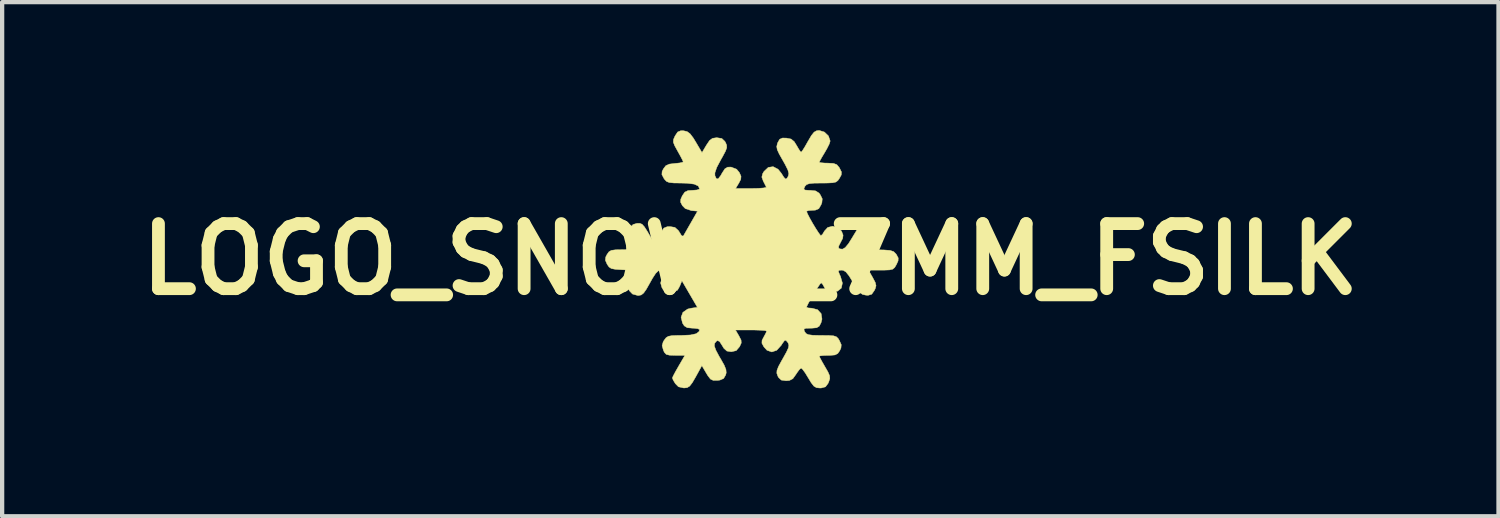
<source format=kicad_pcb>
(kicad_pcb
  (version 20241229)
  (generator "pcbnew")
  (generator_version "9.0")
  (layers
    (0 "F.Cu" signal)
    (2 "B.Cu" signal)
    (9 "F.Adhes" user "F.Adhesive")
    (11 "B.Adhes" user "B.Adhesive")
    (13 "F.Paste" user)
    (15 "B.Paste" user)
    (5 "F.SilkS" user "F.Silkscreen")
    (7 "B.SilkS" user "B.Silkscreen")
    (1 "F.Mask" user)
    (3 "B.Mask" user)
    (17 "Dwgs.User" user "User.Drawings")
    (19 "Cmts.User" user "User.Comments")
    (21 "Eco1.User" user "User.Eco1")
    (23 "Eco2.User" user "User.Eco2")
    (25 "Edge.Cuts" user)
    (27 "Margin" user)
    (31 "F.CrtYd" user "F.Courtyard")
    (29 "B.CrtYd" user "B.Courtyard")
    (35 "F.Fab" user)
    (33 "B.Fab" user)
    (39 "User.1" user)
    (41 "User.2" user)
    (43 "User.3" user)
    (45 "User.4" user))
  (footprint "LOGO_SNOW1_7MM_FSILK"
    (layer "F.Cu")
    (at 14.522 3.021)
    (property "Reference" "LOGO_SNOW1_7MM_FSILK" (at 0 0 0) (layer "F.SilkS") (effects (font (size 1.524 1.524) (thickness 0.3))))
    (attr through_hole)
    (fp_poly (pts (xy 1.734 -2.979) (xy 1.829 -2.888) (xy 1.869 -2.771) (xy 1.869 -2.767) (xy 1.848 -2.699) (xy 1.793 -2.589) (xy 1.741 -2.499) (xy 1.672 -2.384) (xy 1.626 -2.3) (xy 1.614 -2.272) (xy 1.652 -2.26) (xy 1.749 -2.252) (xy 1.817 -2.251) (xy 1.948 -2.244) (xy 2.025 -2.215) (xy 2.08 -2.15) (xy 2.09 -2.133) (xy 2.134 -2.044) (xy 2.13 -1.975) (xy 2.089 -1.9) (xy 2.05 -1.843) (xy 2.003 -1.808) (xy 1.928 -1.791) (xy 1.804 -1.785) (xy 1.669 -1.784) (xy 1.493 -1.782) (xy 1.383 -1.771) (xy 1.319 -1.75) (xy 1.282 -1.712) (xy 1.274 -1.699) (xy 1.253 -1.645) (xy 1.278 -1.621) (xy 1.368 -1.614) (xy 1.399 -1.614) (xy 1.526 -1.601) (xy 1.607 -1.551) (xy 1.639 -1.508) (xy 1.684 -1.416) (xy 1.676 -1.326) (xy 1.656 -1.274) (xy 1.603 -1.184) (xy 1.523 -1.15) (xy 1.46 -1.147) (xy 1.364 -1.14) (xy 1.317 -1.124) (xy 1.317 -1.122) (xy 1.337 -1.068) (xy 1.388 -0.968) (xy 1.457 -0.845) (xy 1.532 -0.721) (xy 1.598 -0.619) (xy 1.644 -0.559) (xy 1.653 -0.552) (xy 1.692 -0.586) (xy 1.734 -0.658) (xy 1.812 -0.744) (xy 1.924 -0.773) (xy 2.04 -0.746) (xy 2.13 -0.665) (xy 2.138 -0.651) (xy 2.172 -0.565) (xy 2.163 -0.49) (xy 2.117 -0.401) (xy 2.069 -0.307) (xy 2.069 -0.259) (xy 2.095 -0.243) (xy 2.158 -0.236) (xy 2.222 -0.273) (xy 2.298 -0.364) (xy 2.396 -0.521) (xy 2.418 -0.558) (xy 2.505 -0.701) (xy 2.571 -0.783) (xy 2.632 -0.82) (xy 2.695 -0.828) (xy 2.826 -0.788) (xy 2.898 -0.718) (xy 2.948 -0.644) (xy 2.956 -0.587) (xy 2.92 -0.511) (xy 2.892 -0.463) (xy 2.823 -0.328) (xy 2.807 -0.243) (xy 2.847 -0.215) (xy 2.856 -0.216) (xy 2.927 -0.219) (xy 3.049 -0.219) (xy 3.132 -0.217) (xy 3.272 -0.207) (xy 3.357 -0.178) (xy 3.415 -0.119) (xy 3.421 -0.109) (xy 3.463 -0.031) (xy 3.46 0.038) (xy 3.421 0.124) (xy 3.381 0.193) (xy 3.335 0.232) (xy 3.259 0.25) (xy 3.131 0.255) (xy 3.06 0.255) (xy 2.766 0.255) (xy 2.867 0.432) (xy 2.926 0.545) (xy 2.944 0.62) (xy 2.924 0.691) (xy 2.904 0.732) (xy 2.843 0.819) (xy 2.761 0.844) (xy 2.706 0.841) (xy 2.63 0.825) (xy 2.567 0.783) (xy 2.5 0.698) (xy 2.413 0.554) (xy 2.406 0.542) (xy 2.312 0.389) (xy 2.24 0.299) (xy 2.178 0.26) (xy 2.14 0.255) (xy 2.077 0.259) (xy 2.062 0.286) (xy 2.09 0.358) (xy 2.111 0.402) (xy 2.156 0.558) (xy 2.131 0.676) (xy 2.042 0.747) (xy 1.933 0.765) (xy 1.818 0.75) (xy 1.753 0.695) (xy 1.734 0.658) (xy 1.69 0.581) (xy 1.659 0.552) (xy 1.628 0.586) (xy 1.57 0.672) (xy 1.497 0.789) (xy 1.423 0.914) (xy 1.36 1.027) (xy 1.322 1.105) (xy 1.317 1.124) (xy 1.354 1.14) (xy 1.443 1.147) (xy 1.443 1.147) (xy 1.575 1.182) (xy 1.658 1.273) (xy 1.678 1.402) (xy 1.656 1.487) (xy 1.614 1.567) (xy 1.553 1.604) (xy 1.445 1.614) (xy 1.416 1.614) (xy 1.302 1.617) (xy 1.257 1.634) (xy 1.262 1.674) (xy 1.274 1.699) (xy 1.307 1.742) (xy 1.362 1.767) (xy 1.459 1.78) (xy 1.617 1.784) (xy 1.669 1.784) (xy 1.841 1.786) (xy 1.949 1.794) (xy 2.014 1.815) (xy 2.056 1.855) (xy 2.086 1.905) (xy 2.129 2.001) (xy 2.122 2.08) (xy 2.095 2.138) (xy 2.048 2.207) (xy 1.983 2.241) (xy 1.87 2.251) (xy 1.825 2.251) (xy 1.704 2.255) (xy 1.628 2.264) (xy 1.614 2.271) (xy 1.634 2.315) (xy 1.685 2.409) (xy 1.741 2.506) (xy 1.818 2.64) (xy 1.856 2.728) (xy 1.861 2.796) (xy 1.837 2.869) (xy 1.82 2.908) (xy 1.76 2.988) (xy 1.661 3.015) (xy 1.632 3.016) (xy 1.55 3.008) (xy 1.487 2.971) (xy 1.424 2.89) (xy 1.359 2.782) (xy 1.285 2.661) (xy 1.223 2.577) (xy 1.19 2.548) (xy 1.149 2.582) (xy 1.088 2.665) (xy 1.068 2.697) (xy 0.995 2.798) (xy 0.915 2.839) (xy 0.837 2.846) (xy 0.725 2.83) (xy 0.66 2.768) (xy 0.642 2.733) (xy 0.62 2.669) (xy 0.624 2.604) (xy 0.658 2.515) (xy 0.73 2.382) (xy 0.762 2.326) (xy 0.846 2.175) (xy 0.891 2.077) (xy 0.902 2.012) (xy 0.885 1.962) (xy 0.875 1.947) (xy 0.835 1.9) (xy 0.801 1.904) (xy 0.752 1.97) (xy 0.724 2.015) (xy 0.618 2.132) (xy 0.503 2.171) (xy 0.39 2.132) (xy 0.318 2.053) (xy 0.271 1.967) (xy 0.274 1.899) (xy 0.313 1.824) (xy 0.361 1.735) (xy 0.382 1.683) (xy 0.382 1.682) (xy 0.343 1.67) (xy 0.238 1.662) (xy 0.087 1.657) (xy 0.017 1.657) (xy -0.348 1.657) (xy -0.267 1.795) (xy -0.217 1.893) (xy -0.213 1.962) (xy -0.251 2.046) (xy -0.253 2.049) (xy -0.331 2.14) (xy -0.444 2.166) (xy -0.45 2.166) (xy -0.549 2.15) (xy -0.62 2.086) (xy -0.66 2.02) (xy -0.72 1.927) (xy -0.768 1.904) (xy -0.794 1.919) (xy -0.836 1.969) (xy -0.842 2.033) (xy -0.808 2.129) (xy -0.732 2.272) (xy -0.694 2.336) (xy -0.611 2.483) (xy -0.571 2.584) (xy -0.565 2.66) (xy -0.578 2.711) (xy -0.626 2.793) (xy -0.712 2.83) (xy -0.77 2.837) (xy -0.867 2.838) (xy -0.933 2.807) (xy -0.995 2.727) (xy -1.029 2.671) (xy -1.135 2.491) (xy -1.279 2.753) (xy -1.36 2.892) (xy -1.421 2.971) (xy -1.48 3.007) (xy -1.554 3.015) (xy -1.556 3.015) (xy -1.683 2.987) (xy -1.758 2.911) (xy -1.807 2.828) (xy -1.826 2.78) (xy -1.806 2.733) (xy -1.754 2.634) (xy -1.68 2.505) (xy -1.679 2.503) (xy -1.532 2.251) (xy -1.759 2.251) (xy -1.893 2.247) (xy -1.969 2.228) (xy -2.013 2.181) (xy -2.037 2.128) (xy -2.066 2.023) (xy -2.041 1.935) (xy -2.016 1.894) (xy -1.973 1.838) (xy -1.92 1.805) (xy -1.836 1.789) (xy -1.698 1.784) (xy -1.618 1.784) (xy -1.405 1.774) (xy -1.267 1.744) (xy -1.2 1.691) (xy -1.189 1.648) (xy -1.227 1.627) (xy -1.321 1.615) (xy -1.358 1.614) (xy -1.477 1.603) (xy -1.547 1.56) (xy -1.588 1.496) (xy -1.622 1.359) (xy -1.579 1.244) (xy -1.469 1.167) (xy -1.388 1.147) (xy -1.24 1.126) (xy -1.602 0.504) (xy -1.655 0.634) (xy -1.705 0.723) (xy -1.776 0.759) (xy -1.867 0.765) (xy -1.983 0.752) (xy -2.048 0.703) (xy -2.074 0.656) (xy -2.101 0.556) (xy -2.074 0.453) (xy -2.06 0.425) (xy -2.01 0.321) (xy -2.006 0.271) (xy -2.051 0.256) (xy -2.094 0.255) (xy -2.154 0.271) (xy -2.216 0.33) (xy -2.291 0.445) (xy -2.351 0.552) (xy -2.436 0.703) (xy -2.499 0.792) (xy -2.555 0.836) (xy -2.618 0.849) (xy -2.635 0.849) (xy -2.759 0.815) (xy -2.831 0.74) (xy -2.871 0.669) (xy -2.877 0.606) (xy -2.848 0.52) (xy -2.812 0.445) (xy -2.721 0.259) (xy -3.005 0.246) (xy -3.16 0.236) (xy -3.254 0.218) (xy -3.31 0.181) (xy -3.353 0.119) (xy -3.354 0.117) (xy -3.395 0.024) (xy -3.387 -0.051) (xy -3.356 -0.112) (xy -3.311 -0.175) (xy -3.254 -0.208) (xy -3.157 -0.221) (xy -3.037 -0.223) (xy -2.896 -0.225) (xy -2.79 -0.233) (xy -2.749 -0.242) (xy -2.748 -0.286) (xy -2.784 -0.377) (xy -2.812 -0.431) (xy -2.868 -0.54) (xy -2.883 -0.613) (xy -2.86 -0.684) (xy -2.843 -0.714) (xy -2.746 -0.814) (xy -2.652 -0.841) (xy -2.588 -0.841) (xy -2.535 -0.819) (xy -2.48 -0.758) (xy -2.409 -0.647) (xy -2.343 -0.533) (xy -2.25 -0.372) (xy -2.186 -0.275) (xy -2.139 -0.229) (xy -2.097 -0.224) (xy -2.048 -0.248) (xy -2.042 -0.252) (xy -2.007 -0.29) (xy -2.022 -0.348) (xy -2.056 -0.404) (xy -2.105 -0.501) (xy -2.098 -0.592) (xy -2.08 -0.641) (xy -2.027 -0.729) (xy -1.946 -0.762) (xy -1.884 -0.765) (xy -1.767 -0.746) (xy -1.687 -0.674) (xy -1.664 -0.639) (xy -1.587 -0.513) (xy -1.236 -1.126) (xy -1.379 -1.139) (xy -1.524 -1.187) (xy -1.591 -1.255) (xy -1.633 -1.336) (xy -1.629 -1.406) (xy -1.593 -1.487) (xy -1.535 -1.572) (xy -1.459 -1.608) (xy -1.358 -1.614) (xy -1.252 -1.622) (xy -1.193 -1.641) (xy -1.189 -1.648) (xy -1.219 -1.715) (xy -1.313 -1.759) (xy -1.479 -1.78) (xy -1.622 -1.784) (xy -1.79 -1.786) (xy -1.895 -1.796) (xy -1.959 -1.82) (xy -2.004 -1.865) (xy -2.025 -1.895) (xy -2.071 -1.983) (xy -2.066 -2.056) (xy -2.035 -2.118) (xy -1.979 -2.191) (xy -1.896 -2.228) (xy -1.772 -2.243) (xy -1.655 -2.255) (xy -1.583 -2.272) (xy -1.572 -2.28) (xy -1.591 -2.327) (xy -1.642 -2.425) (xy -1.701 -2.531) (xy -1.771 -2.658) (xy -1.803 -2.74) (xy -1.8 -2.804) (xy -1.768 -2.877) (xy -1.762 -2.889) (xy -1.702 -2.98) (xy -1.627 -3.01) (xy -1.56 -3.008) (xy -1.48 -2.989) (xy -1.412 -2.939) (xy -1.337 -2.841) (xy -1.279 -2.746) (xy -1.132 -2.497) (xy -1.029 -2.671) (xy -0.955 -2.781) (xy -0.886 -2.832) (xy -0.793 -2.846) (xy -0.783 -2.846) (xy -0.668 -2.828) (xy -0.596 -2.76) (xy -0.581 -2.734) (xy -0.555 -2.672) (xy -0.553 -2.611) (xy -0.582 -2.531) (xy -0.647 -2.409) (xy -0.69 -2.333) (xy -0.787 -2.15) (xy -0.83 -2.023) (xy -0.829 -1.957) (xy -0.794 -1.884) (xy -0.752 -1.884) (xy -0.694 -1.959) (xy -0.66 -2.02) (xy -0.596 -2.118) (xy -0.53 -2.157) (xy -0.45 -2.158) (xy -0.322 -2.109) (xy -0.257 -2.03) (xy -0.218 -1.943) (xy -0.224 -1.871) (xy -0.268 -1.785) (xy -0.345 -1.657) (xy 0.022 -1.657) (xy 0.185 -1.66) (xy 0.306 -1.669) (xy 0.369 -1.682) (xy 0.374 -1.688) (xy 0.345 -1.747) (xy 0.302 -1.832) (xy 0.269 -1.924) (xy 0.288 -2.003) (xy 0.319 -2.055) (xy 0.42 -2.151) (xy 0.534 -2.168) (xy 0.649 -2.108) (xy 0.722 -2.018) (xy 0.788 -1.915) (xy 0.829 -1.877) (xy 0.86 -1.898) (xy 0.888 -1.947) (xy 0.901 -2.006) (xy 0.879 -2.091) (xy 0.816 -2.218) (xy 0.761 -2.316) (xy 0.676 -2.466) (xy 0.63 -2.566) (xy 0.618 -2.638) (xy 0.632 -2.704) (xy 0.641 -2.729) (xy 0.687 -2.81) (xy 0.753 -2.839) (xy 0.845 -2.837) (xy 0.954 -2.815) (xy 1.028 -2.754) (xy 1.083 -2.665) (xy 1.14 -2.568) (xy 1.181 -2.512) (xy 1.189 -2.507) (xy 1.219 -2.541) (xy 1.276 -2.631) (xy 1.348 -2.758) (xy 1.35 -2.761) (xy 1.431 -2.899) (xy 1.493 -2.976) (xy 1.554 -3.01) (xy 1.613 -3.016) (xy 1.734 -2.979)) (stroke (width 0.01) (type solid)) (fill yes) (layer "F.SilkS")))
  (gr_rect
    (start -3 -3)
    (end 32.043 9.041)
    (stroke (width 0.1) (type default))
    (fill no)
    (layer "Edge.Cuts")))
</source>
